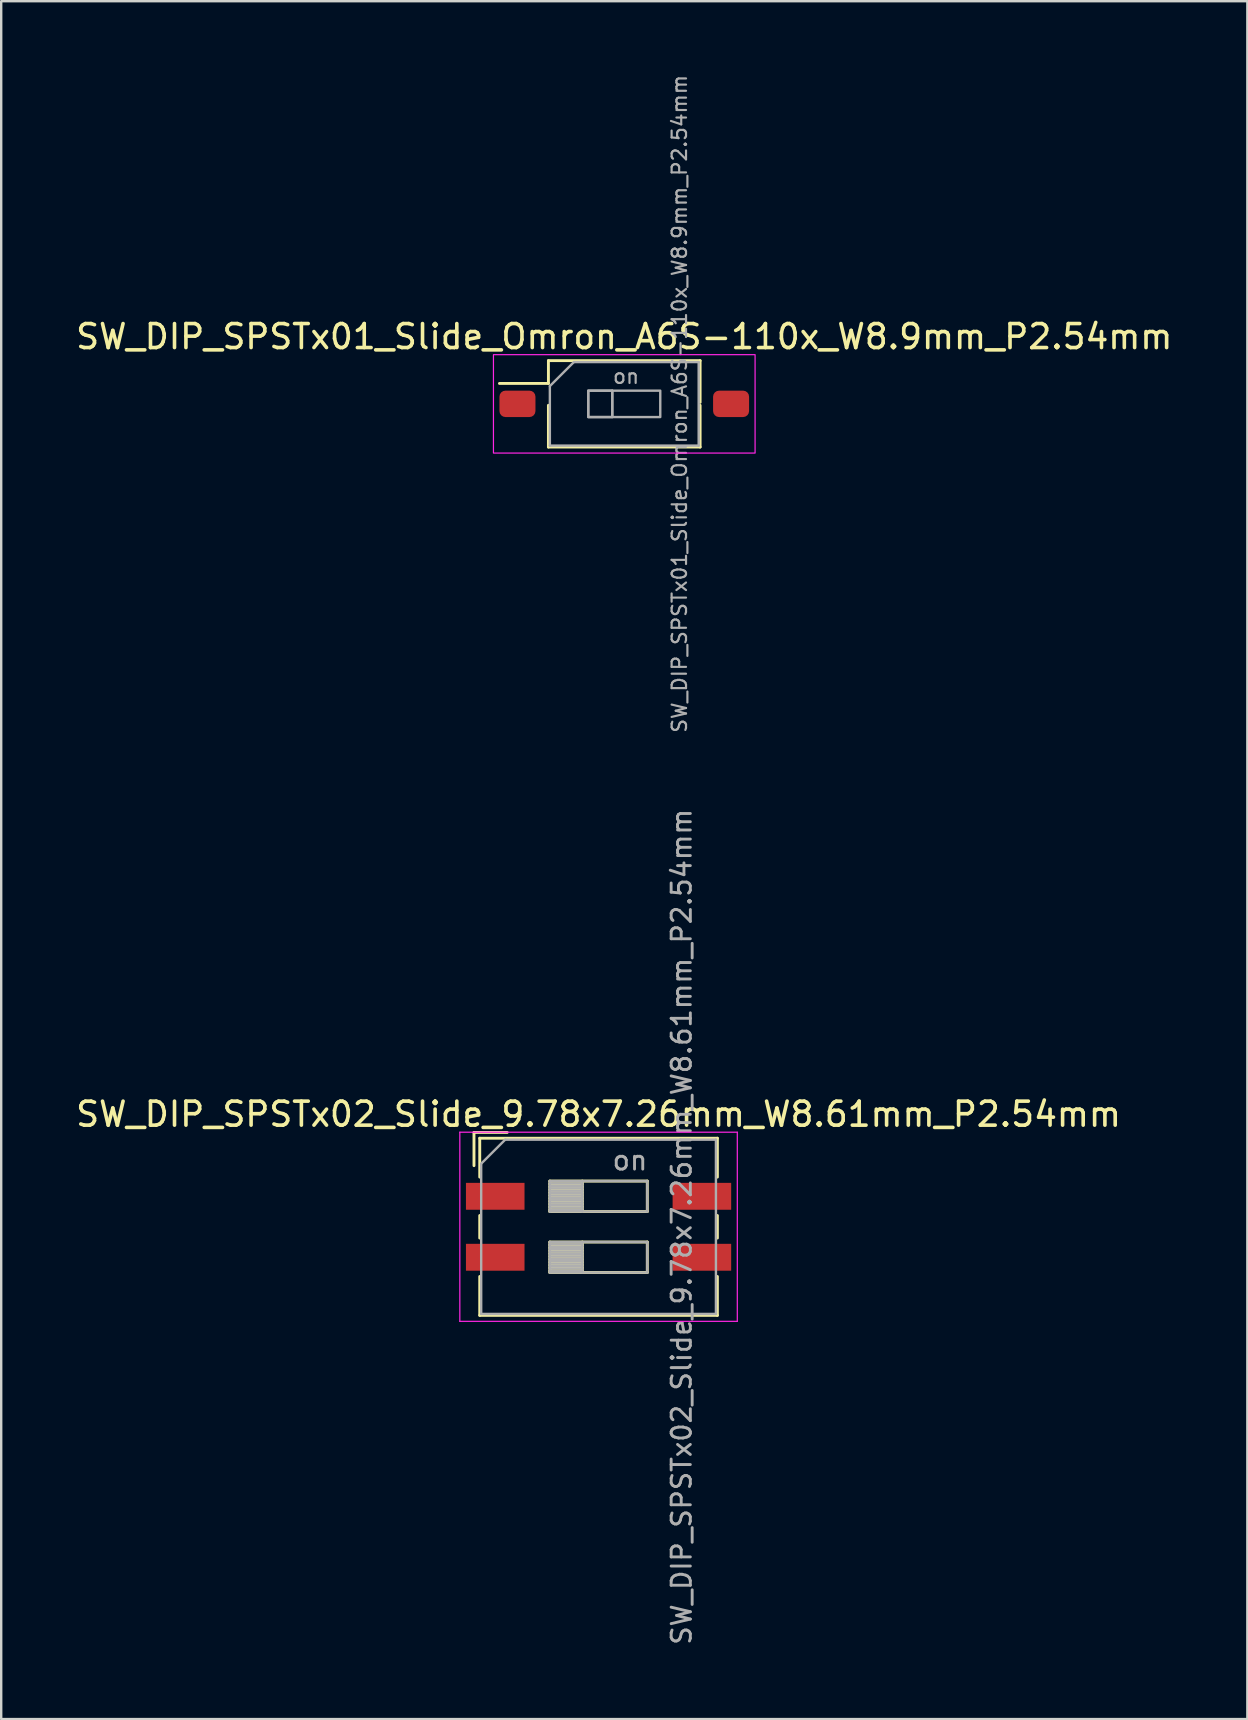
<source format=kicad_pcb>
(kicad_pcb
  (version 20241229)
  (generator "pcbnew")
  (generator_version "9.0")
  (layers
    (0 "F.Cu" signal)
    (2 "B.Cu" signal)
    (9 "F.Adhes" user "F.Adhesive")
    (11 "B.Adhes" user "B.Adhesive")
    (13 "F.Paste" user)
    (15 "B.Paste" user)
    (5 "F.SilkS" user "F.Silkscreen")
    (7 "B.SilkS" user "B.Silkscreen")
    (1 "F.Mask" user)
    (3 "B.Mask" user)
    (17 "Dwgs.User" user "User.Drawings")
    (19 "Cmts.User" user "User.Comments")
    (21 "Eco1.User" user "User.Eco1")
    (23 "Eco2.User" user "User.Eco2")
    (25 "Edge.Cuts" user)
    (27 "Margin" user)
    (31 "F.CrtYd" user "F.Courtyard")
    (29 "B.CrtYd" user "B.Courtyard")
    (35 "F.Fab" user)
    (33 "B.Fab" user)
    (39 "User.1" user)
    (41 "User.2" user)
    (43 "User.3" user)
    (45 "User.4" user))
  (footprint "SW_DIP_SPSTx02_Slide_9.78x7.26mm_W8.61mm_P2.54mm"
    (layer "F.Cu")
    (at 21.887 48.06)
    (property "Reference" "SW_DIP_SPSTx02_Slide_9.78x7.26mm_W8.61mm_P2.54mm" (at 0 -4.69 0) (layer "F.SilkS") (effects (font (size 1 1) (thickness 0.15))))
    (attr smd)
    (fp_line (start -5.19 -3.93) (end -5.19 -2.547) (stroke (width 0.12) (type solid)) (layer "F.SilkS"))
    (fp_line (start -5.19 -3.93) (end -3.807 -3.93) (stroke (width 0.12) (type solid)) (layer "F.SilkS"))
    (fp_line (start -4.95 -3.69) (end -4.95 -2.07) (stroke (width 0.12) (type solid)) (layer "F.SilkS"))
    (fp_line (start -4.95 -3.69) (end 4.95 -3.69) (stroke (width 0.12) (type solid)) (layer "F.SilkS"))
    (fp_line (start -4.95 -0.47) (end -4.95 0.47) (stroke (width 0.12) (type solid)) (layer "F.SilkS"))
    (fp_line (start -4.95 2.07) (end -4.95 3.69) (stroke (width 0.12) (type solid)) (layer "F.SilkS"))
    (fp_line (start -4.95 3.69) (end 4.95 3.69) (stroke (width 0.12) (type solid)) (layer "F.SilkS"))
    (fp_line (start -2.03 -1.905) (end -2.03 -0.635) (stroke (width 0.12) (type solid)) (layer "F.SilkS"))
    (fp_line (start -2.03 -1.785) (end -0.677 -1.785) (stroke (width 0.12) (type solid)) (layer "F.SilkS"))
    (fp_line (start -2.03 -1.665) (end -0.677 -1.665) (stroke (width 0.12) (type solid)) (layer "F.SilkS"))
    (fp_line (start -2.03 -1.545) (end -0.677 -1.545) (stroke (width 0.12) (type solid)) (layer "F.SilkS"))
    (fp_line (start -2.03 -1.425) (end -0.677 -1.425) (stroke (width 0.12) (type solid)) (layer "F.SilkS"))
    (fp_line (start -2.03 -1.305) (end -0.677 -1.305) (stroke (width 0.12) (type solid)) (layer "F.SilkS"))
    (fp_line (start -2.03 -1.185) (end -0.677 -1.185) (stroke (width 0.12) (type solid)) (layer "F.SilkS"))
    (fp_line (start -2.03 -1.065) (end -0.677 -1.065) (stroke (width 0.12) (type solid)) (layer "F.SilkS"))
    (fp_line (start -2.03 -0.945) (end -0.677 -0.945) (stroke (width 0.12) (type solid)) (layer "F.SilkS"))
    (fp_line (start -2.03 -0.825) (end -0.677 -0.825) (stroke (width 0.12) (type solid)) (layer "F.SilkS"))
    (fp_line (start -2.03 -0.705) (end -0.677 -0.705) (stroke (width 0.12) (type solid)) (layer "F.SilkS"))
    (fp_line (start -2.03 -0.635) (end 2.03 -0.635) (stroke (width 0.12) (type solid)) (layer "F.SilkS"))
    (fp_line (start -2.03 0.635) (end -2.03 1.905) (stroke (width 0.12) (type solid)) (layer "F.SilkS"))
    (fp_line (start -2.03 0.755) (end -0.677 0.755) (stroke (width 0.12) (type solid)) (layer "F.SilkS"))
    (fp_line (start -2.03 0.875) (end -0.677 0.875) (stroke (width 0.12) (type solid)) (layer "F.SilkS"))
    (fp_line (start -2.03 0.995) (end -0.677 0.995) (stroke (width 0.12) (type solid)) (layer "F.SilkS"))
    (fp_line (start -2.03 1.115) (end -0.677 1.115) (stroke (width 0.12) (type solid)) (layer "F.SilkS"))
    (fp_line (start -2.03 1.235) (end -0.677 1.235) (stroke (width 0.12) (type solid)) (layer "F.SilkS"))
    (fp_line (start -2.03 1.355) (end -0.677 1.355) (stroke (width 0.12) (type solid)) (layer "F.SilkS"))
    (fp_line (start -2.03 1.475) (end -0.677 1.475) (stroke (width 0.12) (type solid)) (layer "F.SilkS"))
    (fp_line (start -2.03 1.595) (end -0.677 1.595) (stroke (width 0.12) (type solid)) (layer "F.SilkS"))
    (fp_line (start -2.03 1.715) (end -0.677 1.715) (stroke (width 0.12) (type solid)) (layer "F.SilkS"))
    (fp_line (start -2.03 1.835) (end -0.677 1.835) (stroke (width 0.12) (type solid)) (layer "F.SilkS"))
    (fp_line (start -2.03 1.905) (end 2.03 1.905) (stroke (width 0.12) (type solid)) (layer "F.SilkS"))
    (fp_line (start -0.677 -1.905) (end -0.677 -0.635) (stroke (width 0.12) (type solid)) (layer "F.SilkS"))
    (fp_line (start -0.677 0.635) (end -0.677 1.905) (stroke (width 0.12) (type solid)) (layer "F.SilkS"))
    (fp_line (start 2.03 -1.905) (end -2.03 -1.905) (stroke (width 0.12) (type solid)) (layer "F.SilkS"))
    (fp_line (start 2.03 -0.635) (end 2.03 -1.905) (stroke (width 0.12) (type solid)) (layer "F.SilkS"))
    (fp_line (start 2.03 0.635) (end -2.03 0.635) (stroke (width 0.12) (type solid)) (layer "F.SilkS"))
    (fp_line (start 2.03 1.905) (end 2.03 0.635) (stroke (width 0.12) (type solid)) (layer "F.SilkS"))
    (fp_line (start 4.95 -3.69) (end 4.95 -2.07) (stroke (width 0.12) (type solid)) (layer "F.SilkS"))
    (fp_line (start 4.95 -0.47) (end 4.95 0.47) (stroke (width 0.12) (type solid)) (layer "F.SilkS"))
    (fp_line (start 4.95 2.07) (end 4.95 3.69) (stroke (width 0.12) (type solid)) (layer "F.SilkS"))
    (fp_line (start -5.78 -3.94) (end -5.78 3.94) (stroke (width 0.05) (type solid)) (layer "F.CrtYd"))
    (fp_line (start -5.78 3.94) (end 5.78 3.94) (stroke (width 0.05) (type solid)) (layer "F.CrtYd"))
    (fp_line (start 5.78 -3.94) (end -5.78 -3.94) (stroke (width 0.05) (type solid)) (layer "F.CrtYd"))
    (fp_line (start 5.78 3.94) (end 5.78 -3.94) (stroke (width 0.05) (type solid)) (layer "F.CrtYd"))
    (fp_line (start -4.89 -2.63) (end -3.89 -3.63) (stroke (width 0.1) (type solid)) (layer "F.Fab"))
    (fp_line (start -4.89 3.63) (end -4.89 -2.63) (stroke (width 0.1) (type solid)) (layer "F.Fab"))
    (fp_line (start -3.89 -3.63) (end 4.89 -3.63) (stroke (width 0.1) (type solid)) (layer "F.Fab"))
    (fp_line (start -2.03 -1.905) (end -2.03 -0.635) (stroke (width 0.1) (type solid)) (layer "F.Fab"))
    (fp_line (start -2.03 -1.805) (end -0.677 -1.805) (stroke (width 0.1) (type solid)) (layer "F.Fab"))
    (fp_line (start -2.03 -1.705) (end -0.677 -1.705) (stroke (width 0.1) (type solid)) (layer "F.Fab"))
    (fp_line (start -2.03 -1.605) (end -0.677 -1.605) (stroke (width 0.1) (type solid)) (layer "F.Fab"))
    (fp_line (start -2.03 -1.505) (end -0.677 -1.505) (stroke (width 0.1) (type solid)) (layer "F.Fab"))
    (fp_line (start -2.03 -1.405) (end -0.677 -1.405) (stroke (width 0.1) (type solid)) (layer "F.Fab"))
    (fp_line (start -2.03 -1.305) (end -0.677 -1.305) (stroke (width 0.1) (type solid)) (layer "F.Fab"))
    (fp_line (start -2.03 -1.205) (end -0.677 -1.205) (stroke (width 0.1) (type solid)) (layer "F.Fab"))
    (fp_line (start -2.03 -1.105) (end -0.677 -1.105) (stroke (width 0.1) (type solid)) (layer "F.Fab"))
    (fp_line (start -2.03 -1.005) (end -0.677 -1.005) (stroke (width 0.1) (type solid)) (layer "F.Fab"))
    (fp_line (start -2.03 -0.905) (end -0.677 -0.905) (stroke (width 0.1) (type solid)) (layer "F.Fab"))
    (fp_line (start -2.03 -0.805) (end -0.677 -0.805) (stroke (width 0.1) (type solid)) (layer "F.Fab"))
    (fp_line (start -2.03 -0.705) (end -0.677 -0.705) (stroke (width 0.1) (type solid)) (layer "F.Fab"))
    (fp_line (start -2.03 -0.635) (end 2.03 -0.635) (stroke (width 0.1) (type solid)) (layer "F.Fab"))
    (fp_line (start -2.03 0.635) (end -2.03 1.905) (stroke (width 0.1) (type solid)) (layer "F.Fab"))
    (fp_line (start -2.03 0.735) (end -0.677 0.735) (stroke (width 0.1) (type solid)) (layer "F.Fab"))
    (fp_line (start -2.03 0.835) (end -0.677 0.835) (stroke (width 0.1) (type solid)) (layer "F.Fab"))
    (fp_line (start -2.03 0.935) (end -0.677 0.935) (stroke (width 0.1) (type solid)) (layer "F.Fab"))
    (fp_line (start -2.03 1.035) (end -0.677 1.035) (stroke (width 0.1) (type solid)) (layer "F.Fab"))
    (fp_line (start -2.03 1.135) (end -0.677 1.135) (stroke (width 0.1) (type solid)) (layer "F.Fab"))
    (fp_line (start -2.03 1.235) (end -0.677 1.235) (stroke (width 0.1) (type solid)) (layer "F.Fab"))
    (fp_line (start -2.03 1.335) (end -0.677 1.335) (stroke (width 0.1) (type solid)) (layer "F.Fab"))
    (fp_line (start -2.03 1.435) (end -0.677 1.435) (stroke (width 0.1) (type solid)) (layer "F.Fab"))
    (fp_line (start -2.03 1.535) (end -0.677 1.535) (stroke (width 0.1) (type solid)) (layer "F.Fab"))
    (fp_line (start -2.03 1.635) (end -0.677 1.635) (stroke (width 0.1) (type solid)) (layer "F.Fab"))
    (fp_line (start -2.03 1.735) (end -0.677 1.735) (stroke (width 0.1) (type solid)) (layer "F.Fab"))
    (fp_line (start -2.03 1.835) (end -0.677 1.835) (stroke (width 0.1) (type solid)) (layer "F.Fab"))
    (fp_line (start -2.03 1.905) (end 2.03 1.905) (stroke (width 0.1) (type solid)) (layer "F.Fab"))
    (fp_line (start -0.677 -1.905) (end -0.677 -0.635) (stroke (width 0.1) (type solid)) (layer "F.Fab"))
    (fp_line (start -0.677 0.635) (end -0.677 1.905) (stroke (width 0.1) (type solid)) (layer "F.Fab"))
    (fp_line (start 2.03 -1.905) (end -2.03 -1.905) (stroke (width 0.1) (type solid)) (layer "F.Fab"))
    (fp_line (start 2.03 -0.635) (end 2.03 -1.905) (stroke (width 0.1) (type solid)) (layer "F.Fab"))
    (fp_line (start 2.03 0.635) (end -2.03 0.635) (stroke (width 0.1) (type solid)) (layer "F.Fab"))
    (fp_line (start 2.03 1.905) (end 2.03 0.635) (stroke (width 0.1) (type solid)) (layer "F.Fab"))
    (fp_line (start 4.89 -3.63) (end 4.89 3.63) (stroke (width 0.1) (type solid)) (layer "F.Fab"))
    (fp_line (start 4.89 3.63) (end -4.89 3.63) (stroke (width 0.1) (type solid)) (layer "F.Fab"))
    (fp_text user "on" (at 1.308 -2.768 0) (layer "F.Fab") (effects (font (size 0.8 0.8) (thickness 0.12))))
    (fp_text user "${REFERENCE}" (at 3.46 0 90) (layer "F.Fab") (effects (font (size 0.8 0.8) (thickness 0.12))))
    (pad "1" smd rect (at -4.305 -1.27) (size 2.44 1.12) (layers "F.Cu" "F.Mask" "F.Paste"))
    (pad "2" smd rect (at -4.305 1.27) (size 2.44 1.12) (layers "F.Cu" "F.Mask" "F.Paste"))
    (pad "3" smd rect (at 4.305 1.27) (size 2.44 1.12) (layers "F.Cu" "F.Mask" "F.Paste"))
    (pad "4" smd rect (at 4.305 -1.27) (size 2.44 1.12) (layers "F.Cu" "F.Mask" "F.Paste")))
  (footprint "SW_DIP_SPSTx01_Slide_Omron_A6S-110x_W8.9mm_P2.54mm"
    (layer "F.Cu")
    (at 22.958 13.775)
    (property "Reference" "SW_DIP_SPSTx01_Slide_Omron_A6S-110x_W8.9mm_P2.54mm" (at 0 -2.8 0) (layer "F.SilkS") (effects (font (size 1 1) (thickness 0.15))))
    (attr smd)
    (fp_line (start -5.2 -0.85) (end -3.16 -0.85) (stroke (width 0.12) (type solid)) (layer "F.SilkS"))
    (fp_line (start -3.16 -1.8) (end -3.16 -0.85) (stroke (width 0.12) (type solid)) (layer "F.SilkS"))
    (fp_line (start -3.16 -1.8) (end 3.16 -1.8) (stroke (width 0.12) (type solid)) (layer "F.SilkS"))
    (fp_line (start -3.16 1.8) (end -3.16 0.06) (stroke (width 0.12) (type solid)) (layer "F.SilkS"))
    (fp_line (start -3.16 1.8) (end 3.16 1.8) (stroke (width 0.12) (type solid)) (layer "F.SilkS"))
    (fp_line (start 3.16 -1.8) (end 3.16 -0.06) (stroke (width 0.12) (type solid)) (layer "F.SilkS"))
    (fp_line (start 3.16 1.8) (end 3.16 0.06) (stroke (width 0.12) (type solid)) (layer "F.SilkS"))
    (fp_rect (start -5.45 -2.05) (end 5.45 2.05) (stroke (width 0.05) (type solid)) (fill no) (layer "F.CrtYd"))
    (fp_line (start -3.1 -0.74) (end -2.1 -1.74) (stroke (width 0.1) (type solid)) (layer "F.Fab"))
    (fp_line (start -3.1 1.74) (end -3.1 -0.74) (stroke (width 0.1) (type solid)) (layer "F.Fab"))
    (fp_line (start -2.1 -1.74) (end 3.1 -1.74) (stroke (width 0.1) (type solid)) (layer "F.Fab"))
    (fp_line (start -0.5 -0.55) (end -0.5 0.55) (stroke (width 0.1) (type solid)) (layer "F.Fab"))
    (fp_line (start 3.1 -1.74) (end 3.1 1.74) (stroke (width 0.1) (type solid)) (layer "F.Fab"))
    (fp_line (start 3.1 1.74) (end -3.1 1.74) (stroke (width 0.1) (type solid)) (layer "F.Fab"))
    (fp_rect (start -1.5 -0.55) (end -0.5 0.55) (stroke (width 0.1) (type solid)) (fill no) (layer "F.Fab"))
    (fp_rect (start -1.5 -0.55) (end 1.5 0.55) (stroke (width 0.1) (type solid)) (fill no) (layer "F.Fab"))
    (fp_text user "${REFERENCE}" (at 2.3 0 90) (layer "F.Fab") (effects (font (size 0.6 0.6) (thickness 0.09))))
    (fp_text user "on" (at 0.075 -1.145 0) (layer "F.Fab") (effects (font (size 0.6 0.6) (thickness 0.09))))
    (pad "1" smd roundrect (at -4.45 0) (size 1.5 1.1) (layers "F.Cu" "F.Mask" "F.Paste") (roundrect_rratio 0.227))
    (pad "2" smd roundrect (at 4.45 0) (size 1.5 1.1) (layers "F.Cu" "F.Mask" "F.Paste") (roundrect_rratio 0.227)))
  (gr_rect
    (start -3 -3)
    (end 48.917 68.569)
    (stroke (width 0.1) (type default))
    (fill no)
    (layer "Edge.Cuts")))
</source>
